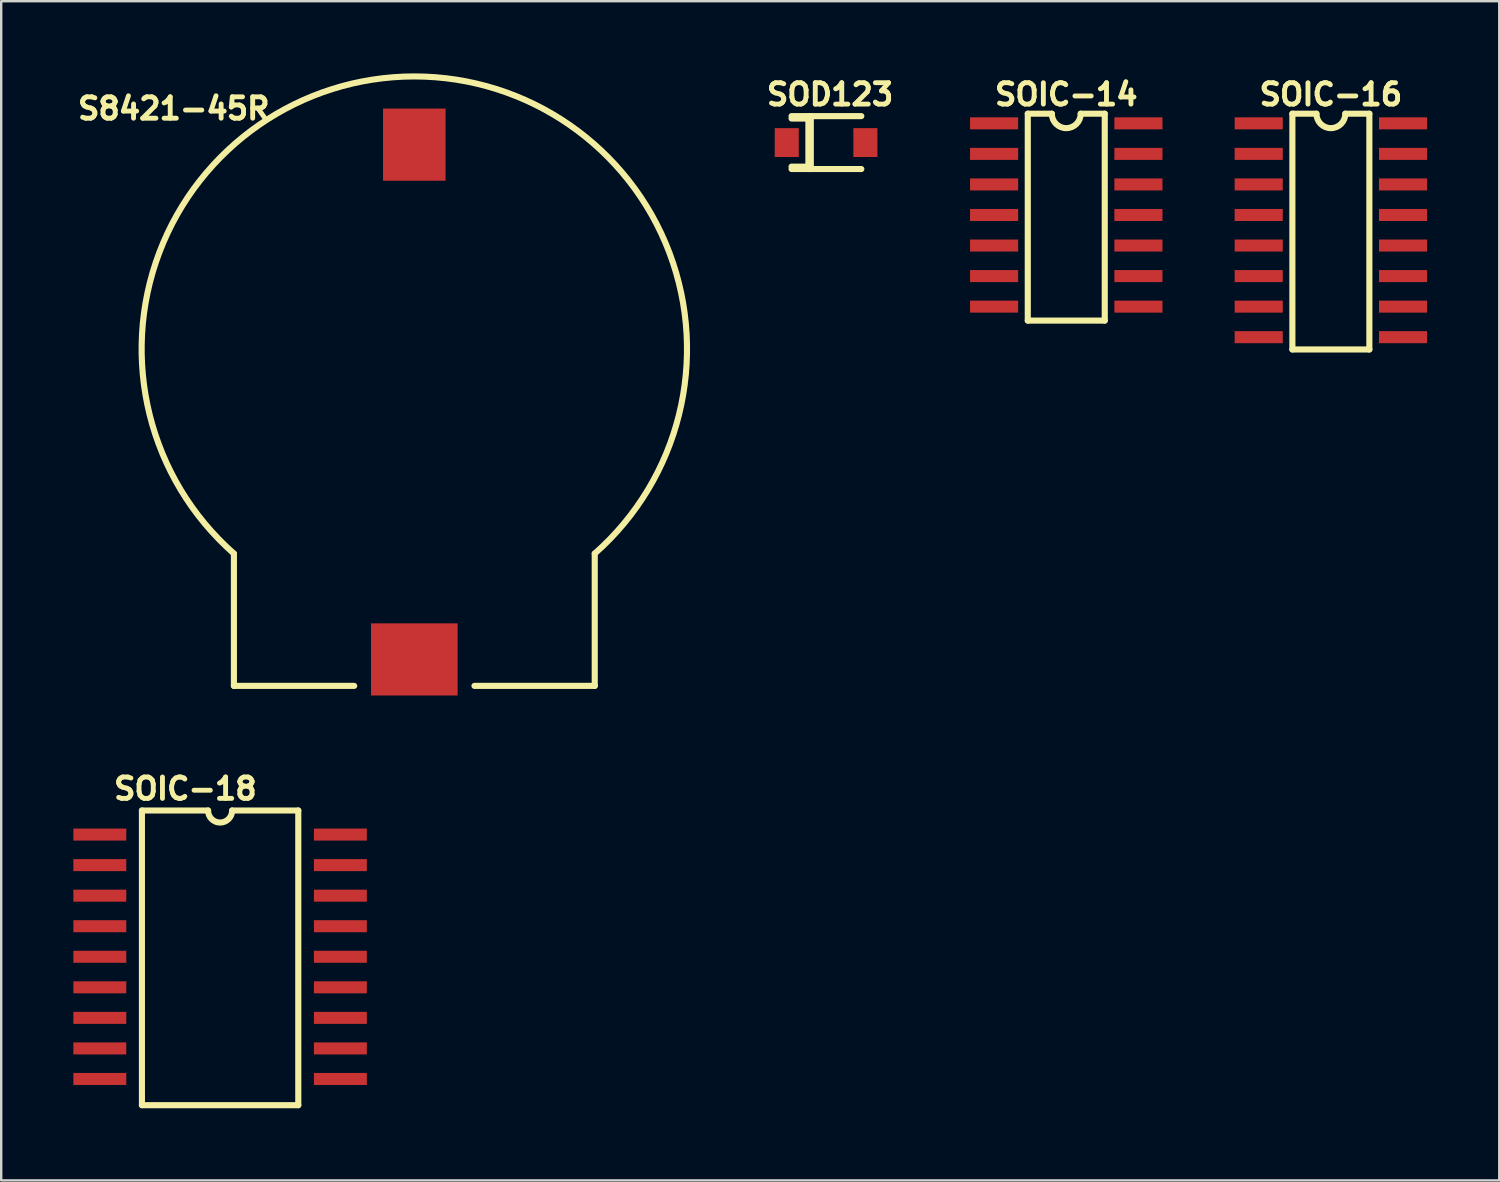
<source format=kicad_pcb>
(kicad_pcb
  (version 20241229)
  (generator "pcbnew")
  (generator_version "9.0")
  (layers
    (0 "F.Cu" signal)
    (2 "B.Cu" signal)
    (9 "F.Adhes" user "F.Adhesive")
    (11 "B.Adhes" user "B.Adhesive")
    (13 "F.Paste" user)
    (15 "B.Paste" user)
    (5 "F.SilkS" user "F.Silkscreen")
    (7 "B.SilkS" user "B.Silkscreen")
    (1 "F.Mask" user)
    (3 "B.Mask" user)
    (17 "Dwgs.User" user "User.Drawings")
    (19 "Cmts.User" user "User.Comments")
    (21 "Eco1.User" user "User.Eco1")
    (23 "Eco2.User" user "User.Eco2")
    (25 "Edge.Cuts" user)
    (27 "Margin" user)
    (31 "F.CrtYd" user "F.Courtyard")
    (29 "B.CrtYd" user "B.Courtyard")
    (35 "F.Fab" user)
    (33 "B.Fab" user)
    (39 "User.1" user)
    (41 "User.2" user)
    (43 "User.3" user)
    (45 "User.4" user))
  (footprint "SOIC-16"
    (layer "F.Cu")
    (at 49.276 2.077)
    (property "Reference" "SOIC-16" (at 3 -1.2 0) (layer "F.SilkS") (effects (font (size 0.889 0.889) (thickness 0.203))))
    (attr through_hole)
    (fp_line (start 1.4 -0.4) (end 1.4 9.4) (stroke (width 0.254) (type solid)) (layer "F.SilkS"))
    (fp_line (start 1.4 -0.4) (end 2.4 -0.4) (stroke (width 0.254) (type solid)) (layer "F.SilkS"))
    (fp_line (start 1.4 9.4) (end 4.6 9.4) (stroke (width 0.254) (type solid)) (layer "F.SilkS"))
    (fp_line (start 4.6 -0.4) (end 3.6 -0.4) (stroke (width 0.254) (type solid)) (layer "F.SilkS"))
    (fp_line (start 4.6 9.4) (end 4.6 -0.4) (stroke (width 0.254) (type solid)) (layer "F.SilkS"))
    (fp_arc (start 3.6 -0.4) (mid 3 0.2) (end 2.4 -0.4) (stroke (width 0.254) (type solid)) (layer "F.SilkS"))
    (pad "1" smd rect (at 0 0) (size 2 0.5) (layers "F.Cu" "F.Mask" "F.Paste"))
    (pad "2" smd rect (at 0 1.27) (size 2 0.5) (layers "F.Cu" "F.Mask" "F.Paste"))
    (pad "3" smd rect (at 0 2.54) (size 2 0.5) (layers "F.Cu" "F.Mask" "F.Paste"))
    (pad "4" smd rect (at 0 3.81) (size 2 0.5) (layers "F.Cu" "F.Mask" "F.Paste"))
    (pad "5" smd rect (at 0 5.08) (size 2 0.5) (layers "F.Cu" "F.Mask" "F.Paste"))
    (pad "6" smd rect (at 0 6.35) (size 2 0.5) (layers "F.Cu" "F.Mask" "F.Paste"))
    (pad "7" smd rect (at 0 7.62) (size 2 0.5) (layers "F.Cu" "F.Mask" "F.Paste"))
    (pad "8" smd rect (at 0 8.89) (size 2 0.5) (layers "F.Cu" "F.Mask" "F.Paste"))
    (pad "9" smd rect (at 6 8.89) (size 2 0.5) (layers "F.Cu" "F.Mask" "F.Paste"))
    (pad "10" smd rect (at 6 7.62) (size 2 0.5) (layers "F.Cu" "F.Mask" "F.Paste"))
    (pad "11" smd rect (at 6 6.35) (size 2 0.5) (layers "F.Cu" "F.Mask" "F.Paste"))
    (pad "12" smd rect (at 6 5.08) (size 2 0.5) (layers "F.Cu" "F.Mask" "F.Paste"))
    (pad "13" smd rect (at 6 3.81) (size 2 0.5) (layers "F.Cu" "F.Mask" "F.Paste"))
    (pad "14" smd rect (at 6 2.54) (size 2 0.5) (layers "F.Cu" "F.Mask" "F.Paste"))
    (pad "15" smd rect (at 6 1.27) (size 2 0.5) (layers "F.Cu" "F.Mask" "F.Paste"))
    (pad "16" smd rect (at 6 0) (size 2 0.5) (layers "F.Cu" "F.Mask" "F.Paste")))
  (footprint "SOIC-14"
    (layer "F.Cu")
    (at 38.276 2.077)
    (property "Reference" "SOIC-14" (at 3 -1.2 0) (layer "F.SilkS") (effects (font (size 0.889 0.889) (thickness 0.203))))
    (attr through_hole)
    (fp_line (start 1.4 -0.4) (end 1.4 8.2) (stroke (width 0.254) (type solid)) (layer "F.SilkS"))
    (fp_line (start 1.4 -0.4) (end 2.4 -0.4) (stroke (width 0.254) (type solid)) (layer "F.SilkS"))
    (fp_line (start 1.4 8.2) (end 4.6 8.2) (stroke (width 0.254) (type solid)) (layer "F.SilkS"))
    (fp_line (start 4.6 -0.4) (end 3.6 -0.4) (stroke (width 0.254) (type solid)) (layer "F.SilkS"))
    (fp_line (start 4.6 8.2) (end 4.6 -0.4) (stroke (width 0.254) (type solid)) (layer "F.SilkS"))
    (fp_arc (start 3.6 -0.4) (mid 3 0.2) (end 2.4 -0.4) (stroke (width 0.254) (type solid)) (layer "F.SilkS"))
    (pad "1" smd rect (at 0 0) (size 2 0.5) (layers "F.Cu" "F.Mask" "F.Paste"))
    (pad "2" smd rect (at 0 1.27) (size 2 0.5) (layers "F.Cu" "F.Mask" "F.Paste"))
    (pad "3" smd rect (at 0 2.54) (size 2 0.5) (layers "F.Cu" "F.Mask" "F.Paste"))
    (pad "4" smd rect (at 0 3.81) (size 2 0.5) (layers "F.Cu" "F.Mask" "F.Paste"))
    (pad "5" smd rect (at 0 5.08) (size 2 0.5) (layers "F.Cu" "F.Mask" "F.Paste"))
    (pad "6" smd rect (at 0 6.35) (size 2 0.5) (layers "F.Cu" "F.Mask" "F.Paste"))
    (pad "7" smd rect (at 0 7.62) (size 2 0.5) (layers "F.Cu" "F.Mask" "F.Paste"))
    (pad "8" smd rect (at 6 7.62) (size 2 0.5) (layers "F.Cu" "F.Mask" "F.Paste"))
    (pad "9" smd rect (at 6 6.35) (size 2 0.5) (layers "F.Cu" "F.Mask" "F.Paste"))
    (pad "10" smd rect (at 6 5.08) (size 2 0.5) (layers "F.Cu" "F.Mask" "F.Paste"))
    (pad "11" smd rect (at 6 3.81) (size 2 0.5) (layers "F.Cu" "F.Mask" "F.Paste"))
    (pad "12" smd rect (at 6 2.54) (size 2 0.5) (layers "F.Cu" "F.Mask" "F.Paste"))
    (pad "13" smd rect (at 6 1.27) (size 2 0.5) (layers "F.Cu" "F.Mask" "F.Paste"))
    (pad "14" smd rect (at 6 0) (size 2 0.5) (layers "F.Cu" "F.Mask" "F.Paste")))
  (footprint "S8421-45R"
    (layer "F.Cu")
    (at 14.174 2.963)
    (property "Reference" "S8421-45R" (at -10 -1.5 0) (layer "F.SilkS") (effects (font (size 0.889 0.889) (thickness 0.203))))
    (attr through_hole)
    (fp_line (start -7.5 22.5) (end -7.5 17) (stroke (width 0.254) (type solid)) (layer "F.SilkS"))
    (fp_line (start -2.5 22.5) (end -7.5 22.5) (stroke (width 0.254) (type solid)) (layer "F.SilkS"))
    (fp_line (start 2.5 22.5) (end 7.5 22.5) (stroke (width 0.254) (type solid)) (layer "F.SilkS"))
    (fp_line (start 7.5 22.5) (end 7.5 17) (stroke (width 0.254) (type solid)) (layer "F.SilkS"))
    (fp_arc (start -7.5 17) (mid 0 -2.835784) (end 7.5 17) (stroke (width 0.254) (type solid)) (layer "F.SilkS"))
    (pad "1" smd rect (at 0 0) (size 2.6 3) (layers "F.Cu" "F.Mask" "F.Paste"))
    (pad "2" smd rect (at 0 21.4) (size 3.6 3) (layers "F.Cu" "F.Mask" "F.Paste")))
  (footprint "SOIC-18"
    (layer "F.Cu")
    (at 1.1 31.644)
    (property "Reference" "SOIC-18" (at 3.556 -1.905 0) (layer "F.SilkS") (effects (font (size 0.889 0.889) (thickness 0.203))))
    (attr through_hole)
    (fp_line (start 1.75 -1) (end 1.75 11.25) (stroke (width 0.254) (type solid)) (layer "F.SilkS"))
    (fp_line (start 1.75 11.25) (end 8.25 11.25) (stroke (width 0.254) (type solid)) (layer "F.SilkS"))
    (fp_line (start 4.5 -1) (end 1.75 -1) (stroke (width 0.254) (type solid)) (layer "F.SilkS"))
    (fp_line (start 5.5 -1) (end 8.25 -1) (stroke (width 0.254) (type solid)) (layer "F.SilkS"))
    (fp_line (start 8.25 11.25) (end 8.25 -1) (stroke (width 0.254) (type solid)) (layer "F.SilkS"))
    (fp_arc (start 5.5 -1) (mid 5 -0.5) (end 4.5 -1) (stroke (width 0.254) (type solid)) (layer "F.SilkS"))
    (pad "1" smd rect (at 0 0) (size 2.2 0.5) (layers "F.Cu" "F.Mask" "F.Paste"))
    (pad "2" smd rect (at 0 1.27) (size 2.2 0.5) (layers "F.Cu" "F.Mask" "F.Paste"))
    (pad "3" smd rect (at 0 2.54) (size 2.2 0.5) (layers "F.Cu" "F.Mask" "F.Paste"))
    (pad "4" smd rect (at 0 3.81) (size 2.2 0.5) (layers "F.Cu" "F.Mask" "F.Paste"))
    (pad "5" smd rect (at 0 5.08) (size 2.2 0.5) (layers "F.Cu" "F.Mask" "F.Paste"))
    (pad "6" smd rect (at 0 6.35) (size 2.2 0.5) (layers "F.Cu" "F.Mask" "F.Paste"))
    (pad "7" smd rect (at 0 7.62) (size 2.2 0.5) (layers "F.Cu" "F.Mask" "F.Paste"))
    (pad "8" smd rect (at 0 8.89) (size 2.2 0.5) (layers "F.Cu" "F.Mask" "F.Paste"))
    (pad "9" smd rect (at 0 10.16) (size 2.2 0.5) (layers "F.Cu" "F.Mask" "F.Paste"))
    (pad "10" smd rect (at 10 10.16) (size 2.2 0.5) (layers "F.Cu" "F.Mask" "F.Paste"))
    (pad "11" smd rect (at 10 8.89) (size 2.2 0.5) (layers "F.Cu" "F.Mask" "F.Paste"))
    (pad "12" smd rect (at 10 7.62) (size 2.2 0.5) (layers "F.Cu" "F.Mask" "F.Paste"))
    (pad "13" smd rect (at 10 6.35) (size 2.2 0.5) (layers "F.Cu" "F.Mask" "F.Paste"))
    (pad "14" smd rect (at 10 5.08) (size 2.2 0.5) (layers "F.Cu" "F.Mask" "F.Paste"))
    (pad "15" smd rect (at 10 3.81) (size 2.2 0.5) (layers "F.Cu" "F.Mask" "F.Paste"))
    (pad "16" smd rect (at 10 2.54) (size 2.2 0.5) (layers "F.Cu" "F.Mask" "F.Paste"))
    (pad "17" smd rect (at 10 1.27) (size 2.2 0.5) (layers "F.Cu" "F.Mask" "F.Paste"))
    (pad "18" smd rect (at 10 0) (size 2.2 0.5) (layers "F.Cu" "F.Mask" "F.Paste")))
  (footprint "SOD123"
    (layer "F.Cu")
    (at 29.656 2.877)
    (property "Reference" "SOD123" (at 1.8 -2 0) (layer "F.SilkS") (effects (font (size 0.889 0.889) (thickness 0.203))))
    (attr through_hole)
    (fp_line (start 0.2 -1.1) (end 3.1 -1.1) (stroke (width 0.254) (type solid)) (layer "F.SilkS"))
    (fp_line (start 0.2 -1) (end 0.9 -1) (stroke (width 0.254) (type solid)) (layer "F.SilkS"))
    (fp_line (start 0.2 1) (end 0.9 1) (stroke (width 0.254) (type solid)) (layer "F.SilkS"))
    (fp_line (start 0.2 1.1) (end 3.1 1.1) (stroke (width 0.254) (type solid)) (layer "F.SilkS"))
    (fp_line (start 0.9 -1.1) (end 0.9 1.1) (stroke (width 0.254) (type solid)) (layer "F.SilkS"))
    (fp_line (start 1 -1.1) (end 1 1.1) (stroke (width 0.254) (type solid)) (layer "F.SilkS"))
    (pad "1" smd rect (at 0 0) (size 1 1.2) (layers "F.Cu" "F.Mask" "F.Paste"))
    (pad "2" smd rect (at 3.27 0) (size 1 1.2) (layers "F.Cu" "F.Mask" "F.Paste")))
  (gr_rect
    (start -3 -3)
    (end 59.276 46.021)
    (stroke (width 0.1) (type default))
    (fill no)
    (layer "Edge.Cuts")))
</source>
